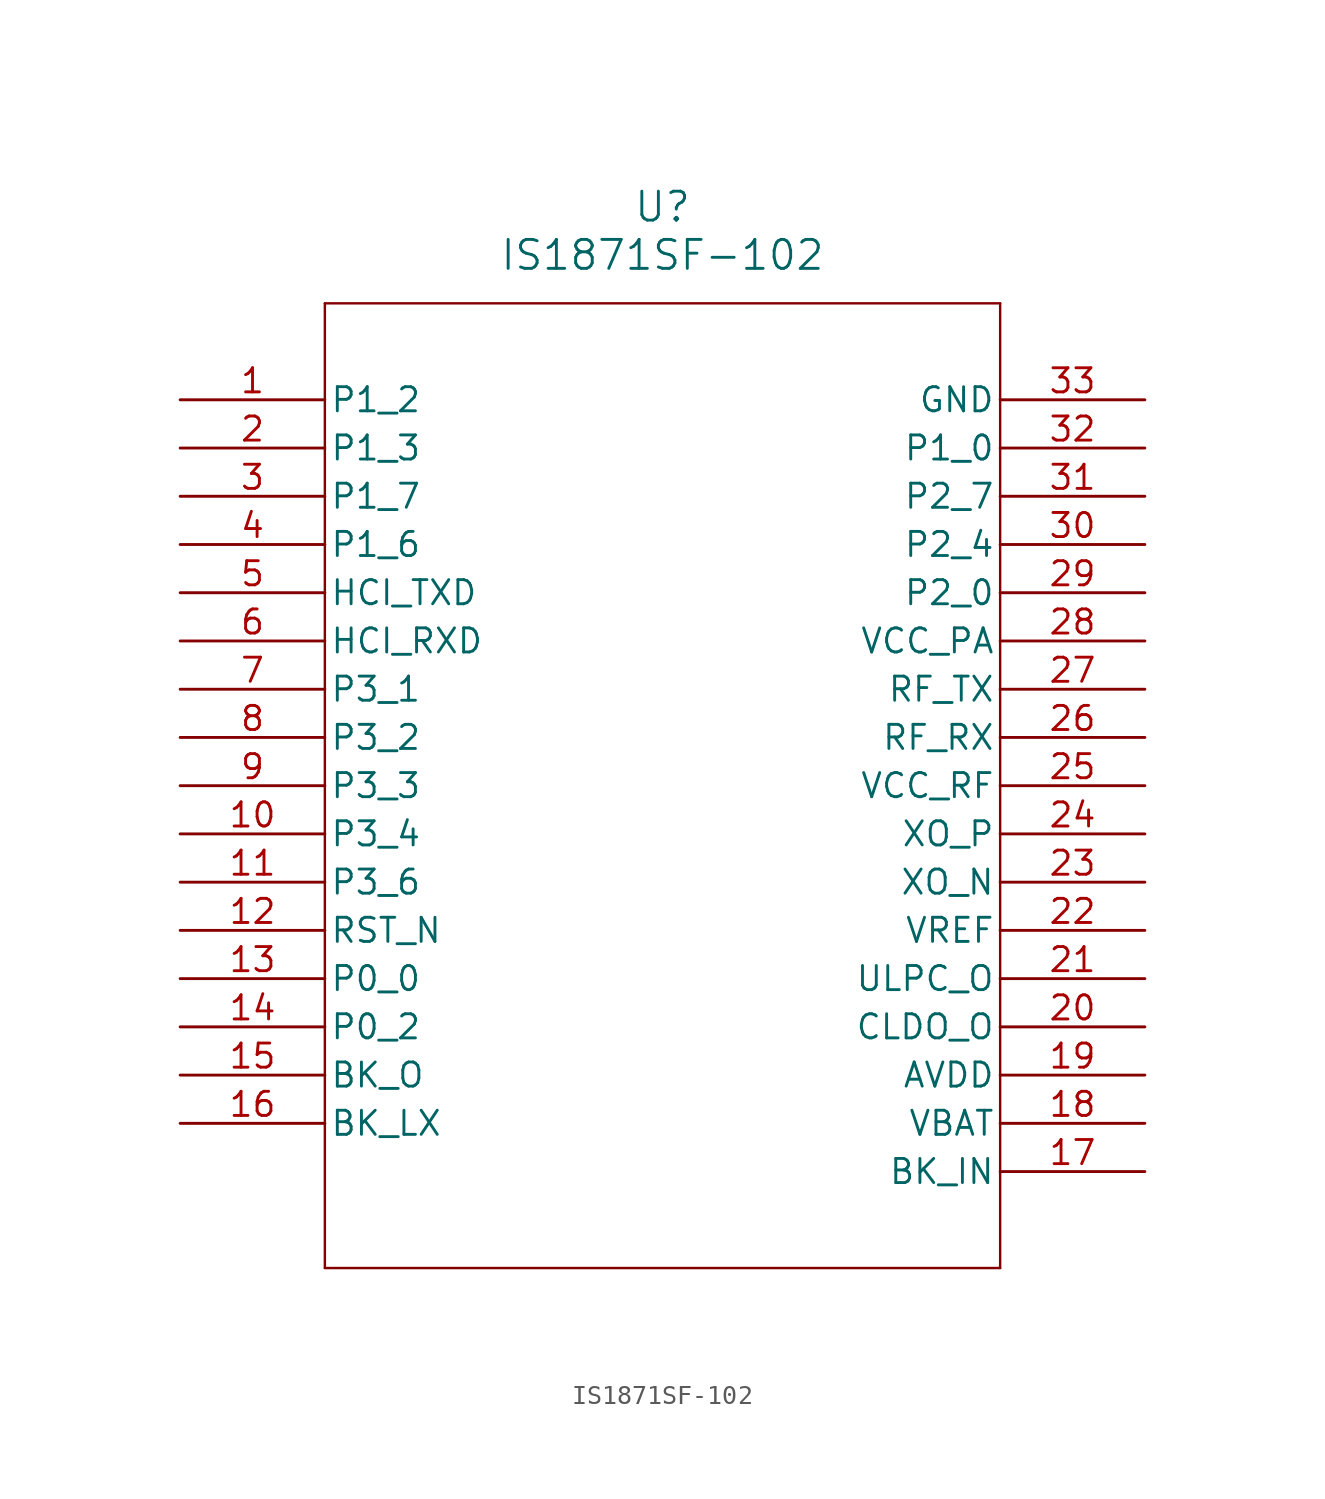
<source format=kicad_sym>
(kicad_symbol_lib
  (version 20211014)
  (generator kicad_symbol_editor)
  (symbol "IS1871SF-102"
    (pin_names
      (offset 0.254))
    (property "Reference" "U"
      (at 25.4 10.16 0)
      (effects (font (size 1.524 1.524))))
    (property "Value" "IS1871SF-102"
      (at 25.4 7.62 0)
      (effects (font (size 1.524 1.524))))
    (polyline
      (pts (xy 7.62 5.08) (xy 7.62 -45.72))
      (stroke (width 0.127) (type default) (color 0 0 0 0))
      (fill (type none)))
    (polyline
      (pts (xy 7.62 -45.72) (xy 43.18 -45.72))
      (stroke (width 0.127) (type default) (color 0 0 0 0))
      (fill (type none)))
    (polyline
      (pts (xy 43.18 -45.72) (xy 43.18 5.08))
      (stroke (width 0.127) (type default) (color 0 0 0 0))
      (fill (type none)))
    (polyline
      (pts (xy 43.18 5.08) (xy 7.62 5.08))
      (stroke (width 0.127) (type default) (color 0 0 0 0))
      (fill (type none)))
    (pin bidirectional line
      (at 0 0 0)
      (length 7.62)
      (name "P1_2" (effects (font (size 1.27 1.27))))
      (number "1" (effects (font (size 1.27 1.27)))))
    (pin bidirectional line
      (at 0 -2.54 0)
      (length 7.62)
      (name "P1_3" (effects (font (size 1.27 1.27))))
      (number "2" (effects (font (size 1.27 1.27)))))
    (pin bidirectional line
      (at 0 -5.08 0)
      (length 7.62)
      (name "P1_7" (effects (font (size 1.27 1.27))))
      (number "3" (effects (font (size 1.27 1.27)))))
    (pin bidirectional line
      (at 0 -7.62 0)
      (length 7.62)
      (name "P1_6" (effects (font (size 1.27 1.27))))
      (number "4" (effects (font (size 1.27 1.27)))))
    (pin output line
      (at 0 -10.16 0)
      (length 7.62)
      (name "HCI_TXD" (effects (font (size 1.27 1.27))))
      (number "5" (effects (font (size 1.27 1.27)))))
    (pin input line
      (at 0 -12.7 0)
      (length 7.62)
      (name "HCI_RXD" (effects (font (size 1.27 1.27))))
      (number "6" (effects (font (size 1.27 1.27)))))
    (pin bidirectional line
      (at 0 -15.24 0)
      (length 7.62)
      (name "P3_1" (effects (font (size 1.27 1.27))))
      (number "7" (effects (font (size 1.27 1.27)))))
    (pin bidirectional line
      (at 0 -17.78 0)
      (length 7.62)
      (name "P3_2" (effects (font (size 1.27 1.27))))
      (number "8" (effects (font (size 1.27 1.27)))))
    (pin bidirectional line
      (at 0 -20.32 0)
      (length 7.62)
      (name "P3_3" (effects (font (size 1.27 1.27))))
      (number "9" (effects (font (size 1.27 1.27)))))
    (pin bidirectional line
      (at 0 -22.86 0)
      (length 7.62)
      (name "P3_4" (effects (font (size 1.27 1.27))))
      (number "10" (effects (font (size 1.27 1.27)))))
    (pin bidirectional line
      (at 0 -25.4 0)
      (length 7.62)
      (name "P3_6" (effects (font (size 1.27 1.27))))
      (number "11" (effects (font (size 1.27 1.27)))))
    (pin input line
      (at 0 -27.94 0)
      (length 7.62)
      (name "RST_N" (effects (font (size 1.27 1.27))))
      (number "12" (effects (font (size 1.27 1.27)))))
    (pin bidirectional line
      (at 0 -30.48 0)
      (length 7.62)
      (name "P0_0" (effects (font (size 1.27 1.27))))
      (number "13" (effects (font (size 1.27 1.27)))))
    (pin bidirectional line
      (at 0 -33.02 0)
      (length 7.62)
      (name "P0_2" (effects (font (size 1.27 1.27))))
      (number "14" (effects (font (size 1.27 1.27)))))
    (pin power_in line
      (at 0 -35.56 0)
      (length 7.62)
      (name "BK_O" (effects (font (size 1.27 1.27))))
      (number "15" (effects (font (size 1.27 1.27)))))
    (pin power_in line
      (at 0 -38.1 0)
      (length 7.62)
      (name "BK_LX" (effects (font (size 1.27 1.27))))
      (number "16" (effects (font (size 1.27 1.27)))))
    (pin power_in line
      (at 50.8 -40.64 180)
      (length 7.62)
      (name "BK_IN" (effects (font (size 1.27 1.27))))
      (number "17" (effects (font (size 1.27 1.27)))))
    (pin power_in line
      (at 50.8 -38.1 180)
      (length 7.62)
      (name "VBAT" (effects (font (size 1.27 1.27))))
      (number "18" (effects (font (size 1.27 1.27)))))
    (pin power_in line
      (at 50.8 -35.56 180)
      (length 7.62)
      (name "AVDD" (effects (font (size 1.27 1.27))))
      (number "19" (effects (font (size 1.27 1.27)))))
    (pin power_in line
      (at 50.8 -33.02 180)
      (length 7.62)
      (name "CLDO_O" (effects (font (size 1.27 1.27))))
      (number "20" (effects (font (size 1.27 1.27)))))
    (pin power_in line
      (at 50.8 -30.48 180)
      (length 7.62)
      (name "ULPC_O" (effects (font (size 1.27 1.27))))
      (number "21" (effects (font (size 1.27 1.27)))))
    (pin power_in line
      (at 50.8 -27.94 180)
      (length 7.62)
      (name "VREF" (effects (font (size 1.27 1.27))))
      (number "22" (effects (font (size 1.27 1.27)))))
    (pin unspecified line
      (at 50.8 -25.4 180)
      (length 7.62)
      (name "XO_N" (effects (font (size 1.27 1.27))))
      (number "23" (effects (font (size 1.27 1.27)))))
    (pin unspecified line
      (at 50.8 -22.86 180)
      (length 7.62)
      (name "XO_P" (effects (font (size 1.27 1.27))))
      (number "24" (effects (font (size 1.27 1.27)))))
    (pin power_in line
      (at 50.8 -20.32 180)
      (length 7.62)
      (name "VCC_RF" (effects (font (size 1.27 1.27))))
      (number "25" (effects (font (size 1.27 1.27)))))
    (pin unspecified line
      (at 50.8 -17.78 180)
      (length 7.62)
      (name "RF_RX" (effects (font (size 1.27 1.27))))
      (number "26" (effects (font (size 1.27 1.27)))))
    (pin unspecified line
      (at 50.8 -15.24 180)
      (length 7.62)
      (name "RF_TX" (effects (font (size 1.27 1.27))))
      (number "27" (effects (font (size 1.27 1.27)))))
    (pin power_in line
      (at 50.8 -12.7 180)
      (length 7.62)
      (name "VCC_PA" (effects (font (size 1.27 1.27))))
      (number "28" (effects (font (size 1.27 1.27)))))
    (pin bidirectional line
      (at 50.8 -10.16 180)
      (length 7.62)
      (name "P2_0" (effects (font (size 1.27 1.27))))
      (number "29" (effects (font (size 1.27 1.27)))))
    (pin bidirectional line
      (at 50.8 -7.62 180)
      (length 7.62)
      (name "P2_4" (effects (font (size 1.27 1.27))))
      (number "30" (effects (font (size 1.27 1.27)))))
    (pin bidirectional line
      (at 50.8 -5.08 180)
      (length 7.62)
      (name "P2_7" (effects (font (size 1.27 1.27))))
      (number "31" (effects (font (size 1.27 1.27)))))
    (pin bidirectional line
      (at 50.8 -2.54 180)
      (length 7.62)
      (name "P1_0" (effects (font (size 1.27 1.27))))
      (number "32" (effects (font (size 1.27 1.27)))))
    (pin power_out line
      (at 50.8 0 180)
      (length 7.62)
      (name "GND" (effects (font (size 1.27 1.27))))
      (number "33" (effects (font (size 1.27 1.27)))))))
</source>
